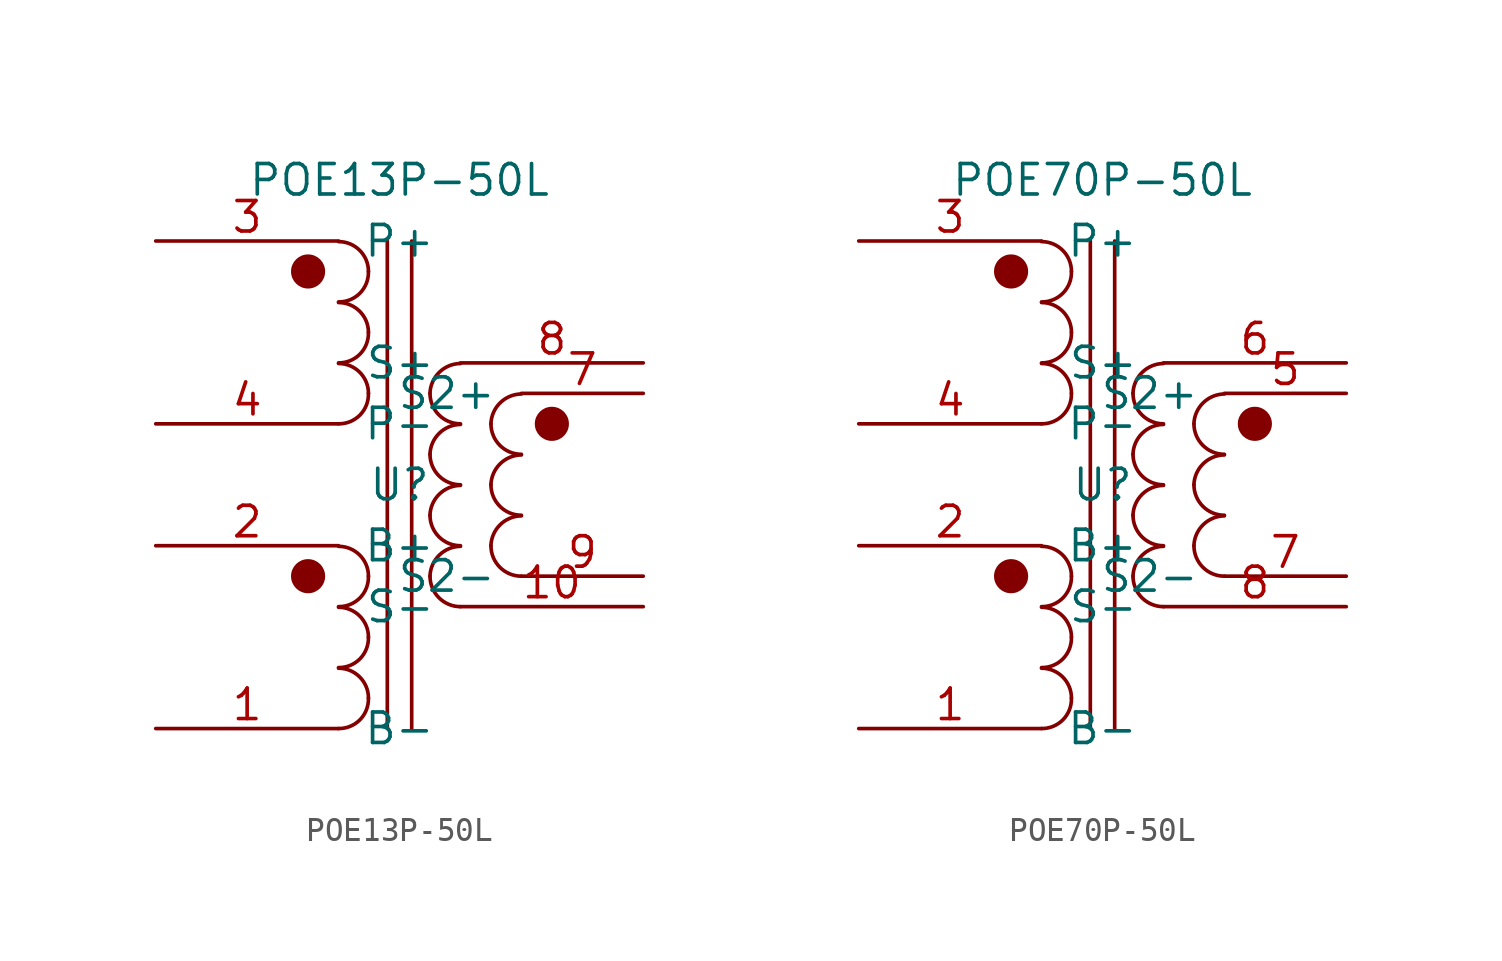
<source format=kicad_sym>
(kicad_symbol_lib
  (version 20211014)
  (generator kicad_symbol_editor)
  (symbol "POE13P-50L"
    (pin_names
      (offset 1.016))
    (property "Reference" "U"
      (at 0 0 0)
      (effects (font (size 1.27 1.27))))
    (property "Value" "POE13P-50L"
      (at 0 12.7 0)
      (effects (font (size 1.27 1.27))))
    (symbol "POE13P-50L_0_1"
      (circle (center -3.81 -3.81) (radius 0.635) (stroke (width 0) (type default) (color 0 0 0 0)) (fill (type outline)))
      (circle (center -3.81 8.89) (radius 0.635) (stroke (width 0) (type default) (color 0 0 0 0)) (fill (type outline)))
      (circle (center 6.35 2.54) (radius 0.635) (stroke (width 0) (type default) (color 0 0 0 0)) (fill (type outline))))
    (symbol "POE13P-50L_1_1"
      (arc (start -2.54 -10.16) (mid -1.642 -9.788) (end -1.2954 -8.89) (stroke (width 0) (type default) (color 0 0 0 0)) (fill (type none)))
      (arc (start -2.54 -7.62) (mid -1.642 -7.248) (end -1.2954 -6.35) (stroke (width 0) (type default) (color 0 0 0 0)) (fill (type none)))
      (arc (start -2.54 -5.08) (mid -1.642 -4.708) (end -1.2954 -3.81) (stroke (width 0) (type default) (color 0 0 0 0)) (fill (type none)))
      (arc (start -2.54 2.54) (mid -1.642 2.912) (end -1.2954 3.81) (stroke (width 0) (type default) (color 0 0 0 0)) (fill (type none)))
      (arc (start -2.54 5.08) (mid -1.642 5.452) (end -1.2954 6.35) (stroke (width 0) (type default) (color 0 0 0 0)) (fill (type none)))
      (arc (start -2.54 7.62) (mid -1.642 7.992) (end -1.2954 8.89) (stroke (width 0) (type default) (color 0 0 0 0)) (fill (type none)))
      (arc (start -1.2954 -8.89) (mid -1.6599 -8.0099) (end -2.54 -7.6454) (stroke (width 0) (type default) (color 0 0 0 0)) (fill (type none)))
      (arc (start -1.2954 -6.35) (mid -1.6599 -5.4699) (end -2.54 -5.1054) (stroke (width 0) (type default) (color 0 0 0 0)) (fill (type none)))
      (arc (start -1.2954 -3.81) (mid -1.6599 -2.9299) (end -2.54 -2.5654) (stroke (width 0) (type default) (color 0 0 0 0)) (fill (type none)))
      (arc (start -1.2954 3.81) (mid -1.6599 4.6901) (end -2.54 5.0546) (stroke (width 0) (type default) (color 0 0 0 0)) (fill (type none)))
      (arc (start -1.2954 6.35) (mid -1.6599 7.2301) (end -2.54 7.5946) (stroke (width 0) (type default) (color 0 0 0 0)) (fill (type none)))
      (arc (start -1.2954 8.89) (mid -1.6599 9.7701) (end -2.54 10.1346) (stroke (width 0) (type default) (color 0 0 0 0)) (fill (type none)))
      (polyline (pts (xy -0.508 -10.16) (xy -0.508 10.16)) (stroke (width 0) (type default) (color 0 0 0 0)) (fill (type none)))
      (polyline (pts (xy 0.508 10.16) (xy 0.508 -10.16)) (stroke (width 0) (type default) (color 0 0 0 0)) (fill (type none)))
      (arc (start 1.27 -3.81) (mid 1.642 -4.708) (end 2.54 -5.08) (stroke (width 0) (type default) (color 0 0 0 0)) (fill (type none)))
      (arc (start 1.27 -1.27) (mid 1.642 -2.168) (end 2.54 -2.54) (stroke (width 0) (type default) (color 0 0 0 0)) (fill (type none)))
      (arc (start 1.27 1.27) (mid 1.642 0.372) (end 2.54 0) (stroke (width 0) (type default) (color 0 0 0 0)) (fill (type none)))
      (arc (start 1.27 3.81) (mid 1.642 2.912) (end 2.54 2.54) (stroke (width 0) (type default) (color 0 0 0 0)) (fill (type none)))
      (arc (start 2.54 -2.5654) (mid 1.6599 -2.9299) (end 1.27 -3.81) (stroke (width 0) (type default) (color 0 0 0 0)) (fill (type none)))
      (arc (start 2.54 -0.0254) (mid 1.6599 -0.3899) (end 1.27 -1.27) (stroke (width 0) (type default) (color 0 0 0 0)) (fill (type none)))
      (arc (start 2.54 2.5146) (mid 1.6599 2.1501) (end 1.27 1.27) (stroke (width 0) (type default) (color 0 0 0 0)) (fill (type none)))
      (arc (start 2.54 5.0546) (mid 1.6599 4.6901) (end 1.27 3.81) (stroke (width 0) (type default) (color 0 0 0 0)) (fill (type none)))
      (arc (start 3.81 -2.54) (mid 4.182 -3.438) (end 5.08 -3.81) (stroke (width 0) (type default) (color 0 0 0 0)) (fill (type none)))
      (arc (start 3.81 0) (mid 4.182 -0.898) (end 5.08 -1.27) (stroke (width 0) (type default) (color 0 0 0 0)) (fill (type none)))
      (arc (start 3.81 2.54) (mid 4.182 1.642) (end 5.08 1.27) (stroke (width 0) (type default) (color 0 0 0 0)) (fill (type none)))
      (arc (start 5.08 -1.2954) (mid 4.1999 -1.6599) (end 3.81 -2.54) (stroke (width 0) (type default) (color 0 0 0 0)) (fill (type none)))
      (arc (start 5.08 1.2446) (mid 4.1999 0.8801) (end 3.81 0) (stroke (width 0) (type default) (color 0 0 0 0)) (fill (type none)))
      (arc (start 5.08 3.7846) (mid 4.1999 3.4201) (end 3.81 2.54) (stroke (width 0) (type default) (color 0 0 0 0)) (fill (type none)))
      (pin passive line (at -10.16 -10.16 0) (length 7.62) (name "B-" (effects (font (size 1.27 1.27)))) (number "1" (effects (font (size 1.27 1.27)))))
      (pin passive line (at 10.16 -5.08 180) (length 7.62) (name "S-" (effects (font (size 1.27 1.27)))) (number "10" (effects (font (size 1.27 1.27)))))
      (pin passive line (at -10.16 -2.54 0) (length 7.62) (name "B+" (effects (font (size 1.27 1.27)))) (number "2" (effects (font (size 1.27 1.27)))))
      (pin passive line (at -10.16 10.16 0) (length 7.62) (name "P+" (effects (font (size 1.27 1.27)))) (number "3" (effects (font (size 1.27 1.27)))))
      (pin passive line (at -10.16 2.54 0) (length 7.62) (name "P-" (effects (font (size 1.27 1.27)))) (number "4" (effects (font (size 1.27 1.27)))))
      (pin passive line (at 10.16 3.81 180) (length 5.08) (name "S2+" (effects (font (size 1.27 1.27)))) (number "7" (effects (font (size 1.27 1.27)))))
      (pin passive line (at 10.16 5.08 180) (length 7.62) (name "S+" (effects (font (size 1.27 1.27)))) (number "8" (effects (font (size 1.27 1.27)))))
      (pin passive line (at 10.16 -3.81 180) (length 5.08) (name "S2-" (effects (font (size 1.27 1.27)))) (number "9" (effects (font (size 1.27 1.27)))))))
  (symbol "POE70P-50L"
    (pin_names
      (offset 1.016))
    (property "Reference" "U"
      (at 0 0 0)
      (effects (font (size 1.27 1.27))))
    (property "Value" "POE70P-50L"
      (at 0 12.7 0)
      (effects (font (size 1.27 1.27))))
    (symbol "POE70P-50L_0_1"
      (circle (center -3.81 -3.81) (radius 0.635) (stroke (width 0) (type default) (color 0 0 0 0)) (fill (type outline)))
      (circle (center -3.81 8.89) (radius 0.635) (stroke (width 0) (type default) (color 0 0 0 0)) (fill (type outline)))
      (circle (center 6.35 2.54) (radius 0.635) (stroke (width 0) (type default) (color 0 0 0 0)) (fill (type outline))))
    (symbol "POE70P-50L_1_1"
      (arc (start -2.54 -10.16) (mid -1.642 -9.788) (end -1.2954 -8.89) (stroke (width 0) (type default) (color 0 0 0 0)) (fill (type none)))
      (arc (start -2.54 -7.62) (mid -1.642 -7.248) (end -1.2954 -6.35) (stroke (width 0) (type default) (color 0 0 0 0)) (fill (type none)))
      (arc (start -2.54 -5.08) (mid -1.642 -4.708) (end -1.2954 -3.81) (stroke (width 0) (type default) (color 0 0 0 0)) (fill (type none)))
      (arc (start -2.54 2.54) (mid -1.642 2.912) (end -1.2954 3.81) (stroke (width 0) (type default) (color 0 0 0 0)) (fill (type none)))
      (arc (start -2.54 5.08) (mid -1.642 5.452) (end -1.2954 6.35) (stroke (width 0) (type default) (color 0 0 0 0)) (fill (type none)))
      (arc (start -2.54 7.62) (mid -1.642 7.992) (end -1.2954 8.89) (stroke (width 0) (type default) (color 0 0 0 0)) (fill (type none)))
      (arc (start -1.2954 -8.89) (mid -1.6599 -8.0099) (end -2.54 -7.6454) (stroke (width 0) (type default) (color 0 0 0 0)) (fill (type none)))
      (arc (start -1.2954 -6.35) (mid -1.6599 -5.4699) (end -2.54 -5.1054) (stroke (width 0) (type default) (color 0 0 0 0)) (fill (type none)))
      (arc (start -1.2954 -3.81) (mid -1.6599 -2.9299) (end -2.54 -2.5654) (stroke (width 0) (type default) (color 0 0 0 0)) (fill (type none)))
      (arc (start -1.2954 3.81) (mid -1.6599 4.6901) (end -2.54 5.0546) (stroke (width 0) (type default) (color 0 0 0 0)) (fill (type none)))
      (arc (start -1.2954 6.35) (mid -1.6599 7.2301) (end -2.54 7.5946) (stroke (width 0) (type default) (color 0 0 0 0)) (fill (type none)))
      (arc (start -1.2954 8.89) (mid -1.6599 9.7701) (end -2.54 10.1346) (stroke (width 0) (type default) (color 0 0 0 0)) (fill (type none)))
      (polyline (pts (xy -0.508 -10.16) (xy -0.508 10.16)) (stroke (width 0) (type default) (color 0 0 0 0)) (fill (type none)))
      (polyline (pts (xy 0.508 10.16) (xy 0.508 -10.16)) (stroke (width 0) (type default) (color 0 0 0 0)) (fill (type none)))
      (arc (start 1.27 -3.81) (mid 1.642 -4.708) (end 2.54 -5.08) (stroke (width 0) (type default) (color 0 0 0 0)) (fill (type none)))
      (arc (start 1.27 -1.27) (mid 1.642 -2.168) (end 2.54 -2.54) (stroke (width 0) (type default) (color 0 0 0 0)) (fill (type none)))
      (arc (start 1.27 1.27) (mid 1.642 0.372) (end 2.54 0) (stroke (width 0) (type default) (color 0 0 0 0)) (fill (type none)))
      (arc (start 1.27 3.81) (mid 1.642 2.912) (end 2.54 2.54) (stroke (width 0) (type default) (color 0 0 0 0)) (fill (type none)))
      (arc (start 2.54 -2.5654) (mid 1.6599 -2.9299) (end 1.27 -3.81) (stroke (width 0) (type default) (color 0 0 0 0)) (fill (type none)))
      (arc (start 2.54 -0.0254) (mid 1.6599 -0.3899) (end 1.27 -1.27) (stroke (width 0) (type default) (color 0 0 0 0)) (fill (type none)))
      (arc (start 2.54 2.5146) (mid 1.6599 2.1501) (end 1.27 1.27) (stroke (width 0) (type default) (color 0 0 0 0)) (fill (type none)))
      (arc (start 2.54 5.0546) (mid 1.6599 4.6901) (end 1.27 3.81) (stroke (width 0) (type default) (color 0 0 0 0)) (fill (type none)))
      (arc (start 3.81 -2.54) (mid 4.182 -3.438) (end 5.08 -3.81) (stroke (width 0) (type default) (color 0 0 0 0)) (fill (type none)))
      (arc (start 3.81 0) (mid 4.182 -0.898) (end 5.08 -1.27) (stroke (width 0) (type default) (color 0 0 0 0)) (fill (type none)))
      (arc (start 3.81 2.54) (mid 4.182 1.642) (end 5.08 1.27) (stroke (width 0) (type default) (color 0 0 0 0)) (fill (type none)))
      (arc (start 5.08 -1.2954) (mid 4.1999 -1.6599) (end 3.81 -2.54) (stroke (width 0) (type default) (color 0 0 0 0)) (fill (type none)))
      (arc (start 5.08 1.2446) (mid 4.1999 0.8801) (end 3.81 0) (stroke (width 0) (type default) (color 0 0 0 0)) (fill (type none)))
      (arc (start 5.08 3.7846) (mid 4.1999 3.4201) (end 3.81 2.54) (stroke (width 0) (type default) (color 0 0 0 0)) (fill (type none)))
      (pin passive line (at -10.16 -10.16 0) (length 7.62) (name "B-" (effects (font (size 1.27 1.27)))) (number "1" (effects (font (size 1.27 1.27)))))
      (pin passive line (at -10.16 -2.54 0) (length 7.62) (name "B+" (effects (font (size 1.27 1.27)))) (number "2" (effects (font (size 1.27 1.27)))))
      (pin passive line (at -10.16 10.16 0) (length 7.62) (name "P+" (effects (font (size 1.27 1.27)))) (number "3" (effects (font (size 1.27 1.27)))))
      (pin passive line (at -10.16 2.54 0) (length 7.62) (name "P-" (effects (font (size 1.27 1.27)))) (number "4" (effects (font (size 1.27 1.27)))))
      (pin passive line (at 10.16 3.81 180) (length 5.08) (name "S2+" (effects (font (size 1.27 1.27)))) (number "5" (effects (font (size 1.27 1.27)))))
      (pin passive line (at 10.16 5.08 180) (length 7.62) (name "S+" (effects (font (size 1.27 1.27)))) (number "6" (effects (font (size 1.27 1.27)))))
      (pin passive line (at 10.16 -3.81 180) (length 5.08) (name "S2-" (effects (font (size 1.27 1.27)))) (number "7" (effects (font (size 1.27 1.27)))))
      (pin passive line (at 10.16 -5.08 180) (length 7.62) (name "S-" (effects (font (size 1.27 1.27)))) (number "8" (effects (font (size 1.27 1.27))))))))
</source>
